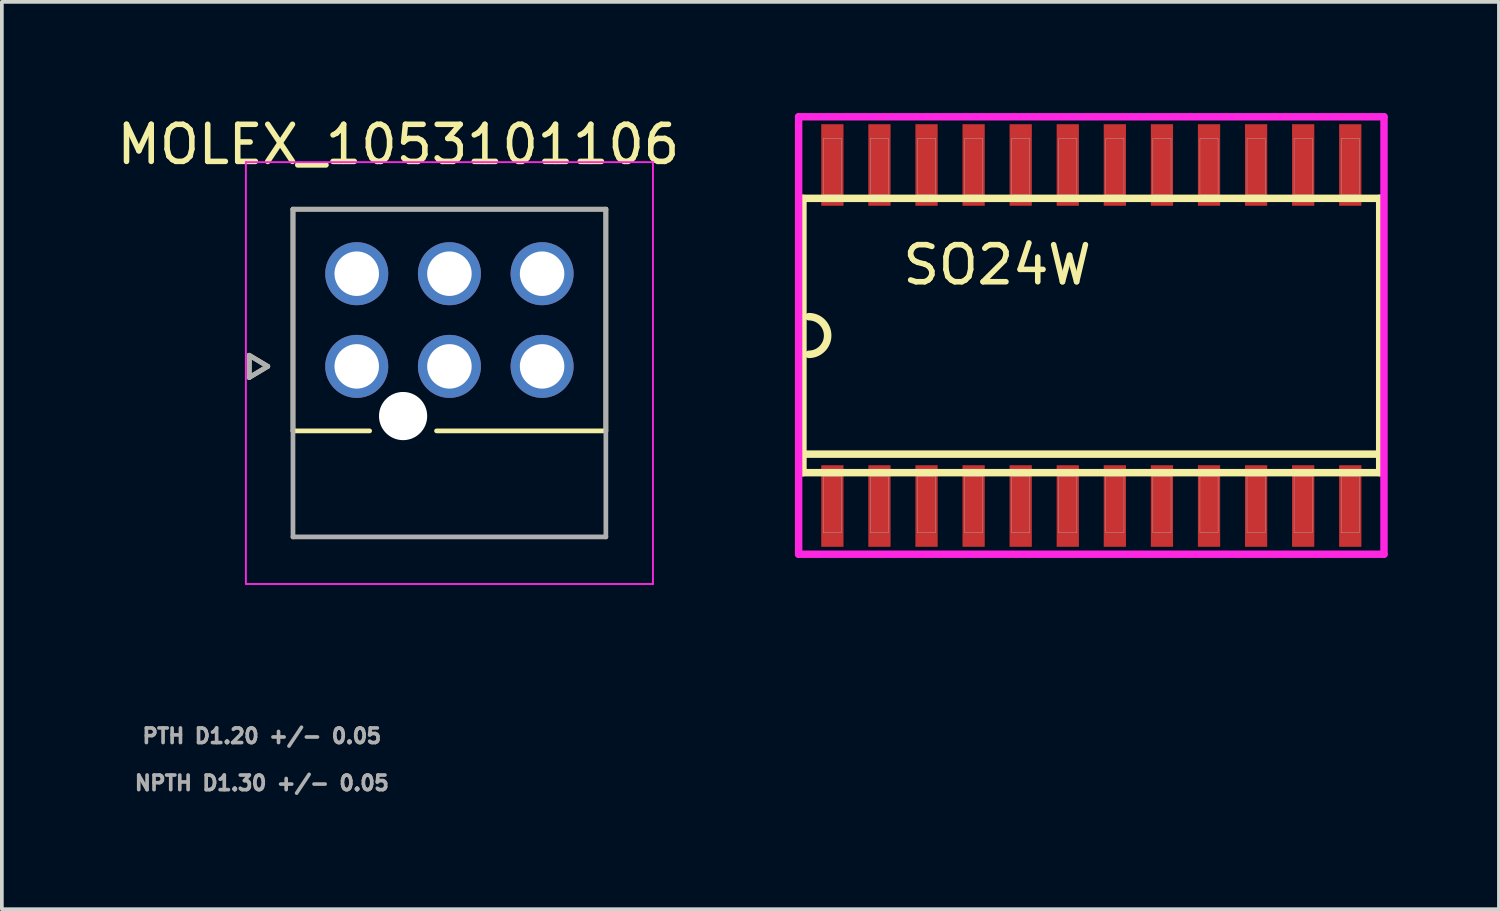
<source format=kicad_pcb>
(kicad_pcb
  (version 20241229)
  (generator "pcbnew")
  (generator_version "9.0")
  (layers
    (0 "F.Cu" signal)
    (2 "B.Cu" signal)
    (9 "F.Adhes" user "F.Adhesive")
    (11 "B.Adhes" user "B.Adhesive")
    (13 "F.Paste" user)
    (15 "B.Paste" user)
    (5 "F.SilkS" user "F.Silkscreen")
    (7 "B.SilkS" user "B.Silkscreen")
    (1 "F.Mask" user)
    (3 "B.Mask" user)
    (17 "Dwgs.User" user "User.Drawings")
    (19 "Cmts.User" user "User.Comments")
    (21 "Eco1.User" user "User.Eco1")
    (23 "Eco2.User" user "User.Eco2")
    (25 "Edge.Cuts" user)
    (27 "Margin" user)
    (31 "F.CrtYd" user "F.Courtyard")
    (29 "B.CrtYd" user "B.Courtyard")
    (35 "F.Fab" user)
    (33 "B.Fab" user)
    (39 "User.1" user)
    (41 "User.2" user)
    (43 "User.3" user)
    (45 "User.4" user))
  (footprint "SO24W"
    (layer "F.Cu")
    (at 26.388 6)
    (property "Reference" "SO24W" (at -2.54 -1.905 0) (layer "F.SilkS") (effects (font (size 1 1) (thickness 0.15))))
    (attr smd)
    (fp_line (start -7.78 -3.7) (end 7.78 -3.7) (stroke (width 0.203) (type solid)) (layer "F.SilkS"))
    (fp_line (start -7.78 3.2) (end -7.78 -3.7) (stroke (width 0.203) (type solid)) (layer "F.SilkS"))
    (fp_line (start -7.78 3.7) (end -7.78 3.2) (stroke (width 0.203) (type solid)) (layer "F.SilkS"))
    (fp_line (start 7.78 -3.7) (end 7.78 3.2) (stroke (width 0.203) (type solid)) (layer "F.SilkS"))
    (fp_line (start 7.78 3.2) (end -7.78 3.2) (stroke (width 0.203) (type solid)) (layer "F.SilkS"))
    (fp_line (start 7.78 3.2) (end 7.78 3.7) (stroke (width 0.203) (type solid)) (layer "F.SilkS"))
    (fp_line (start 7.78 3.7) (end -7.78 3.7) (stroke (width 0.203) (type solid)) (layer "F.SilkS"))
    (fp_arc (start -7.62 -0.508) (mid -7.112 0) (end -7.62 0.508) (stroke (width 0.2032) (type solid)) (layer "F.SilkS"))
    (fp_line (start -7.895 -5.9) (end 7.895 -5.9) (stroke (width 0.2) (type solid)) (layer "F.CrtYd"))
    (fp_line (start -7.895 5.9) (end -7.895 -5.9) (stroke (width 0.2) (type solid)) (layer "F.CrtYd"))
    (fp_line (start 7.895 -5.9) (end 7.895 5.9) (stroke (width 0.2) (type solid)) (layer "F.CrtYd"))
    (fp_line (start 7.895 5.9) (end -7.895 5.9) (stroke (width 0.2) (type solid)) (layer "F.CrtYd"))
    (fp_poly (pts (xy -7.23 -5.32) (xy -6.74 -5.32) (xy -6.74 -3.8) (xy -7.23 -3.8)) (stroke (width 0.01) (type solid)) (fill no) (layer "F.Fab"))
    (fp_poly (pts (xy -7.23 3.8) (xy -6.74 3.8) (xy -6.74 5.32) (xy -7.23 5.32)) (stroke (width 0.01) (type solid)) (fill no) (layer "F.Fab"))
    (fp_poly (pts (xy -5.96 -5.32) (xy -5.47 -5.32) (xy -5.47 -3.8) (xy -5.96 -3.8)) (stroke (width 0.01) (type solid)) (fill no) (layer "F.Fab"))
    (fp_poly (pts (xy -5.96 3.8) (xy -5.47 3.8) (xy -5.47 5.32) (xy -5.96 5.32)) (stroke (width 0.01) (type solid)) (fill no) (layer "F.Fab"))
    (fp_poly (pts (xy -4.69 -5.32) (xy -4.2 -5.32) (xy -4.2 -3.8) (xy -4.69 -3.8)) (stroke (width 0.01) (type solid)) (fill no) (layer "F.Fab"))
    (fp_poly (pts (xy -4.69 3.8) (xy -4.2 3.8) (xy -4.2 5.32) (xy -4.69 5.32)) (stroke (width 0.01) (type solid)) (fill no) (layer "F.Fab"))
    (fp_poly (pts (xy -3.42 -5.32) (xy -2.93 -5.32) (xy -2.93 -3.8) (xy -3.42 -3.8)) (stroke (width 0.01) (type solid)) (fill no) (layer "F.Fab"))
    (fp_poly (pts (xy -3.42 3.8) (xy -2.93 3.8) (xy -2.93 5.32) (xy -3.42 5.32)) (stroke (width 0.01) (type solid)) (fill no) (layer "F.Fab"))
    (fp_poly (pts (xy -2.15 -5.32) (xy -1.66 -5.32) (xy -1.66 -3.8) (xy -2.15 -3.8)) (stroke (width 0.01) (type solid)) (fill no) (layer "F.Fab"))
    (fp_poly (pts (xy -2.15 3.8) (xy -1.66 3.8) (xy -1.66 5.32) (xy -2.15 5.32)) (stroke (width 0.01) (type solid)) (fill no) (layer "F.Fab"))
    (fp_poly (pts (xy -0.88 -5.32) (xy -0.39 -5.32) (xy -0.39 -3.8) (xy -0.88 -3.8)) (stroke (width 0.01) (type solid)) (fill no) (layer "F.Fab"))
    (fp_poly (pts (xy -0.88 3.8) (xy -0.39 3.8) (xy -0.39 5.32) (xy -0.88 5.32)) (stroke (width 0.01) (type solid)) (fill no) (layer "F.Fab"))
    (fp_poly (pts (xy 0.39 -5.32) (xy 0.88 -5.32) (xy 0.88 -3.8) (xy 0.39 -3.8)) (stroke (width 0.01) (type solid)) (fill no) (layer "F.Fab"))
    (fp_poly (pts (xy 0.39 3.8) (xy 0.88 3.8) (xy 0.88 5.32) (xy 0.39 5.32)) (stroke (width 0.01) (type solid)) (fill no) (layer "F.Fab"))
    (fp_poly (pts (xy 1.66 -5.32) (xy 2.15 -5.32) (xy 2.15 -3.8) (xy 1.66 -3.8)) (stroke (width 0.01) (type solid)) (fill no) (layer "F.Fab"))
    (fp_poly (pts (xy 1.66 3.8) (xy 2.15 3.8) (xy 2.15 5.32) (xy 1.66 5.32)) (stroke (width 0.01) (type solid)) (fill no) (layer "F.Fab"))
    (fp_poly (pts (xy 2.93 -5.32) (xy 3.42 -5.32) (xy 3.42 -3.8) (xy 2.93 -3.8)) (stroke (width 0.01) (type solid)) (fill no) (layer "F.Fab"))
    (fp_poly (pts (xy 2.93 3.8) (xy 3.42 3.8) (xy 3.42 5.32) (xy 2.93 5.32)) (stroke (width 0.01) (type solid)) (fill no) (layer "F.Fab"))
    (fp_poly (pts (xy 4.2 -5.32) (xy 4.69 -5.32) (xy 4.69 -3.8) (xy 4.2 -3.8)) (stroke (width 0.01) (type solid)) (fill no) (layer "F.Fab"))
    (fp_poly (pts (xy 4.2 3.8) (xy 4.69 3.8) (xy 4.69 5.32) (xy 4.2 5.32)) (stroke (width 0.01) (type solid)) (fill no) (layer "F.Fab"))
    (fp_poly (pts (xy 5.47 -5.32) (xy 5.96 -5.32) (xy 5.96 -3.8) (xy 5.47 -3.8)) (stroke (width 0.01) (type solid)) (fill no) (layer "F.Fab"))
    (fp_poly (pts (xy 5.47 3.8) (xy 5.96 3.8) (xy 5.96 5.32) (xy 5.47 5.32)) (stroke (width 0.01) (type solid)) (fill no) (layer "F.Fab"))
    (fp_poly (pts (xy 6.74 -5.32) (xy 7.23 -5.32) (xy 7.23 -3.8) (xy 6.74 -3.8)) (stroke (width 0.01) (type solid)) (fill no) (layer "F.Fab"))
    (fp_poly (pts (xy 6.74 3.8) (xy 7.23 3.8) (xy 7.23 5.32) (xy 6.74 5.32)) (stroke (width 0.01) (type solid)) (fill no) (layer "F.Fab"))
    (pad "1" smd rect (at -6.985 4.6) (size 0.6 2.2) (layers "F.Cu" "F.Mask" "F.Paste"))
    (pad "2" smd rect (at -5.715 4.6) (size 0.6 2.2) (layers "F.Cu" "F.Mask" "F.Paste"))
    (pad "3" smd rect (at -4.445 4.6) (size 0.6 2.2) (layers "F.Cu" "F.Mask" "F.Paste"))
    (pad "4" smd rect (at -3.175 4.6) (size 0.6 2.2) (layers "F.Cu" "F.Mask" "F.Paste"))
    (pad "5" smd rect (at -1.905 4.6) (size 0.6 2.2) (layers "F.Cu" "F.Mask" "F.Paste"))
    (pad "6" smd rect (at -0.635 4.6) (size 0.6 2.2) (layers "F.Cu" "F.Mask" "F.Paste"))
    (pad "7" smd rect (at 0.635 4.6) (size 0.6 2.2) (layers "F.Cu" "F.Mask" "F.Paste"))
    (pad "8" smd rect (at 1.905 4.6) (size 0.6 2.2) (layers "F.Cu" "F.Mask" "F.Paste"))
    (pad "9" smd rect (at 3.175 4.6) (size 0.6 2.2) (layers "F.Cu" "F.Mask" "F.Paste"))
    (pad "10" smd rect (at 4.445 4.6) (size 0.6 2.2) (layers "F.Cu" "F.Mask" "F.Paste"))
    (pad "11" smd rect (at 5.715 4.6) (size 0.6 2.2) (layers "F.Cu" "F.Mask" "F.Paste"))
    (pad "12" smd rect (at 6.985 4.6) (size 0.6 2.2) (layers "F.Cu" "F.Mask" "F.Paste"))
    (pad "13" smd rect (at 6.985 -4.6) (size 0.6 2.2) (layers "F.Cu" "F.Mask" "F.Paste"))
    (pad "14" smd rect (at 5.715 -4.6) (size 0.6 2.2) (layers "F.Cu" "F.Mask" "F.Paste"))
    (pad "15" smd rect (at 4.445 -4.6) (size 0.6 2.2) (layers "F.Cu" "F.Mask" "F.Paste"))
    (pad "16" smd rect (at 3.175 -4.6) (size 0.6 2.2) (layers "F.Cu" "F.Mask" "F.Paste"))
    (pad "17" smd rect (at 1.905 -4.6) (size 0.6 2.2) (layers "F.Cu" "F.Mask" "F.Paste"))
    (pad "18" smd rect (at 0.635 -4.6) (size 0.6 2.2) (layers "F.Cu" "F.Mask" "F.Paste"))
    (pad "19" smd rect (at -0.635 -4.6) (size 0.6 2.2) (layers "F.Cu" "F.Mask" "F.Paste"))
    (pad "20" smd rect (at -1.905 -4.6) (size 0.6 2.2) (layers "F.Cu" "F.Mask" "F.Paste"))
    (pad "21" smd rect (at -3.175 -4.6) (size 0.6 2.2) (layers "F.Cu" "F.Mask" "F.Paste"))
    (pad "22" smd rect (at -4.445 -4.6) (size 0.6 2.2) (layers "F.Cu" "F.Mask" "F.Paste"))
    (pad "23" smd rect (at -5.715 -4.6) (size 0.6 2.2) (layers "F.Cu" "F.Mask" "F.Paste"))
    (pad "24" smd rect (at -6.985 -4.6) (size 0.6 2.2) (layers "F.Cu" "F.Mask" "F.Paste")))
  (footprint "MOLEX_1053101106"
    (layer "F.Cu")
    (at 6.573 6.833)
    (property "Reference" "MOLEX_1053101106" (at 1.123 -5.985 0) (layer "F.SilkS") (effects (font (size 1 1) (thickness 0.15))))
    (attr through_hole)
    (fp_circle (center 0 -2.5) (end 0.463 -2.5) (stroke (width 0.926) (type solid)) (fill no) (layer "F.Mask"))
    (fp_circle (center 0 0) (end 0.463 0) (stroke (width 0.926) (type solid)) (fill no) (layer "F.Mask"))
    (fp_circle (center 1.25 1.34) (end 1.613 1.34) (stroke (width 0.726) (type solid)) (fill no) (layer "F.Mask"))
    (fp_circle (center 2.5 -2.5) (end 2.963 -2.5) (stroke (width 0.926) (type solid)) (fill no) (layer "F.Mask"))
    (fp_circle (center 2.5 0) (end 2.963 0) (stroke (width 0.926) (type solid)) (fill no) (layer "F.Mask"))
    (fp_circle (center 5 -2.5) (end 5.463 -2.5) (stroke (width 0.926) (type solid)) (fill no) (layer "F.Mask"))
    (fp_circle (center 5 0) (end 5.463 0) (stroke (width 0.926) (type solid)) (fill no) (layer "F.Mask"))
    (fp_circle (center 0 -2.5) (end 0.463 -2.5) (stroke (width 0.926) (type solid)) (fill no) (layer "B.Mask"))
    (fp_circle (center 0 0) (end 0.463 0) (stroke (width 0.926) (type solid)) (fill no) (layer "B.Mask"))
    (fp_circle (center 1.25 1.34) (end 1.613 1.34) (stroke (width 0.726) (type solid)) (fill no) (layer "B.Mask"))
    (fp_circle (center 2.5 -2.5) (end 2.963 -2.5) (stroke (width 0.926) (type solid)) (fill no) (layer "B.Mask"))
    (fp_circle (center 2.5 0) (end 2.963 0) (stroke (width 0.926) (type solid)) (fill no) (layer "B.Mask"))
    (fp_circle (center 5 -2.5) (end 5.463 -2.5) (stroke (width 0.926) (type solid)) (fill no) (layer "B.Mask"))
    (fp_circle (center 5 0) (end 5.463 0) (stroke (width 0.926) (type solid)) (fill no) (layer "B.Mask"))
    (fp_line (start -2.9 -0.3) (end -2.9 0.3) (stroke (width 0.127) (type solid)) (layer "F.SilkS"))
    (fp_line (start -2.9 0.3) (end -2.4 0) (stroke (width 0.127) (type solid)) (layer "F.SilkS"))
    (fp_line (start -2.4 0) (end -2.9 -0.3) (stroke (width 0.127) (type solid)) (layer "F.SilkS"))
    (fp_line (start -1.72 -4.24) (end 6.72 -4.24) (stroke (width 0.127) (type solid)) (layer "F.SilkS"))
    (fp_line (start -1.72 1.74) (end -1.72 -4.24) (stroke (width 0.127) (type solid)) (layer "F.SilkS"))
    (fp_line (start -1.72 1.74) (end 0.348 1.74) (stroke (width 0.127) (type solid)) (layer "F.SilkS"))
    (fp_line (start 6.72 -4.24) (end 6.72 1.74) (stroke (width 0.127) (type solid)) (layer "F.SilkS"))
    (fp_line (start 6.72 1.74) (end 2.152 1.74) (stroke (width 0.127) (type solid)) (layer "F.SilkS"))
    (fp_line (start -2.99 -5.51) (end 7.99 -5.51) (stroke (width 0.05) (type solid)) (layer "F.CrtYd"))
    (fp_line (start -2.99 5.87) (end -2.99 -5.51) (stroke (width 0.05) (type solid)) (layer "F.CrtYd"))
    (fp_line (start 7.99 -5.51) (end 7.99 5.87) (stroke (width 0.05) (type solid)) (layer "F.CrtYd"))
    (fp_line (start 7.99 5.87) (end -2.99 5.87) (stroke (width 0.05) (type solid)) (layer "F.CrtYd"))
    (fp_line (start -2.9 -0.3) (end -2.4 0) (stroke (width 0.127) (type solid)) (layer "F.Fab"))
    (fp_line (start -2.9 0.3) (end -2.9 -0.3) (stroke (width 0.127) (type solid)) (layer "F.Fab"))
    (fp_line (start -2.4 0) (end -2.9 0.3) (stroke (width 0.127) (type solid)) (layer "F.Fab"))
    (fp_line (start -1.72 -4.24) (end 6.72 -4.24) (stroke (width 0.127) (type solid)) (layer "F.Fab"))
    (fp_line (start -1.72 4.6) (end -1.72 -4.24) (stroke (width 0.127) (type solid)) (layer "F.Fab"))
    (fp_line (start 6.72 -4.24) (end 6.72 4.6) (stroke (width 0.127) (type solid)) (layer "F.Fab"))
    (fp_line (start 6.72 4.6) (end -1.72 4.6) (stroke (width 0.127) (type solid)) (layer "F.Fab"))
    (fp_text user "NPTH D1.30 +/- 0.05" (at -2.56 11.24 0) (layer "F.Fab") (effects (font (size 0.394 0.394) (thickness 0.15))))
    (fp_text user "PTH D1.20 +/- 0.05" (at -2.56 9.97 0) (layer "F.Fab") (effects (font (size 0.394 0.394) (thickness 0.15))))
    (pad "" np_thru_hole circle (at 1.25 1.34) (size 1.3 1.3) (drill 1.3) (layers "*.Cu" "*.Mask"))
    (pad "1" thru_hole circle (at 0 0) (size 1.7 1.7) (drill 1.2) (layers "*.Cu"))
    (pad "2" thru_hole circle (at 2.5 0) (size 1.7 1.7) (drill 1.2) (layers "*.Cu"))
    (pad "3" thru_hole circle (at 5 0) (size 1.7 1.7) (drill 1.2) (layers "*.Cu"))
    (pad "4" thru_hole circle (at 0 -2.5) (size 1.7 1.7) (drill 1.2) (layers "*.Cu"))
    (pad "5" thru_hole circle (at 2.5 -2.5) (size 1.7 1.7) (drill 1.2) (layers "*.Cu"))
    (pad "6" thru_hole circle (at 5 -2.5) (size 1.7 1.7) (drill 1.2) (layers "*.Cu")))
  (gr_rect
    (start -3 -3)
    (end 37.383 21.476)
    (stroke (width 0.1) (type default))
    (fill no)
    (layer "Edge.Cuts")))
</source>
